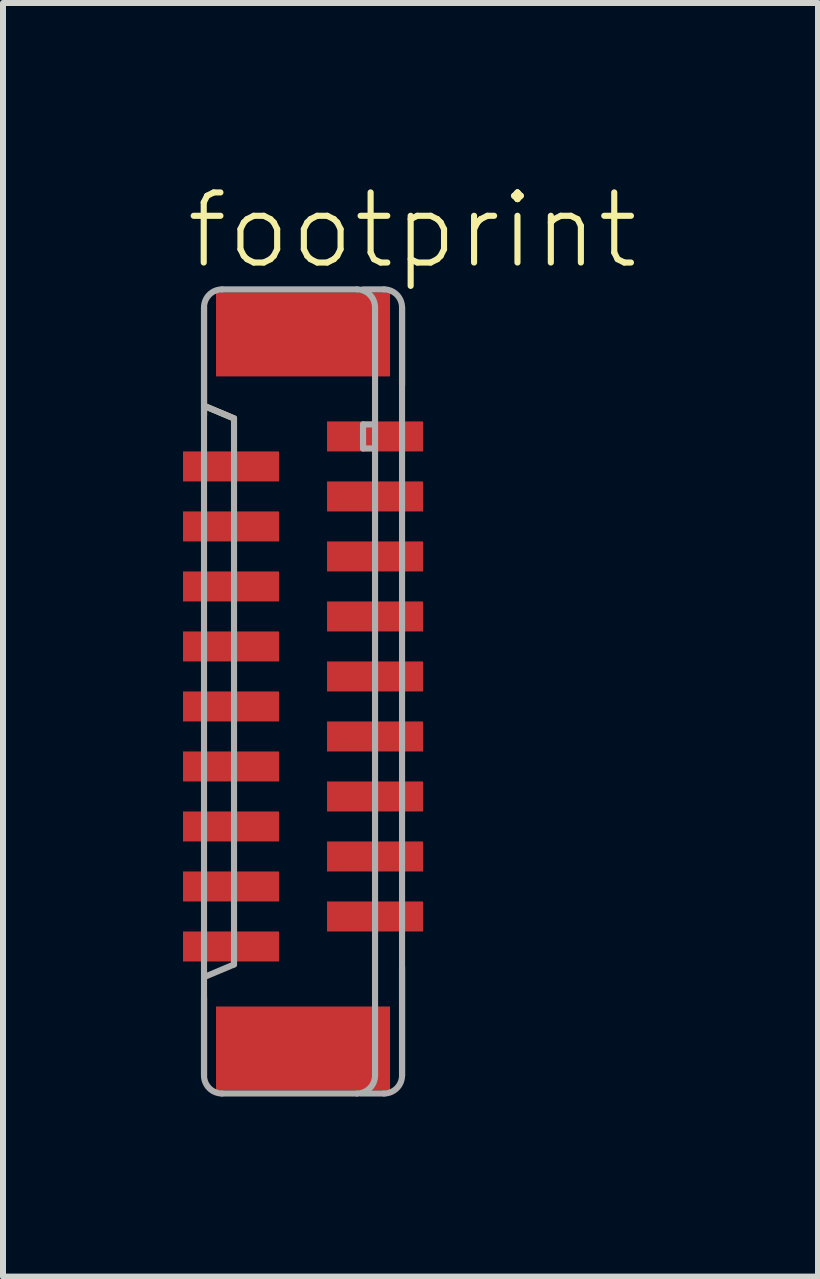
<source format=kicad_pcb>
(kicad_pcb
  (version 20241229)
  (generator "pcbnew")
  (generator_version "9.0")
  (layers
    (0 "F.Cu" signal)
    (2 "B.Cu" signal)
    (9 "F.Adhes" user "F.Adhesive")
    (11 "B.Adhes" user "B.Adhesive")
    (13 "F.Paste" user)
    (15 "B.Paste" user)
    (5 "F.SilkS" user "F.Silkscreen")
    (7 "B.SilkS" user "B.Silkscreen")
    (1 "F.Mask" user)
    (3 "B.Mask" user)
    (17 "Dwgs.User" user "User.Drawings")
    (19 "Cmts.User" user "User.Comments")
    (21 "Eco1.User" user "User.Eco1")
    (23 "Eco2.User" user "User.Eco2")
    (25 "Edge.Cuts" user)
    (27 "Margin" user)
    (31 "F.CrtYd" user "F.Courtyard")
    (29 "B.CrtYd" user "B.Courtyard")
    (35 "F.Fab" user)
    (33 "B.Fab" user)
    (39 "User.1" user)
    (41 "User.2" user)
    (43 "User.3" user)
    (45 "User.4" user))
  (footprint "footprint"
    (layer "F.Cu")
    (at 2 8.473)
    (property "Reference" "footprint" (at -2 -7 0) (layer "F.SilkS") (effects (font (size 1.168 1.168) (thickness 0.102)) (justify left bottom)))
    (fp_line (start -1.65 -6.4) (end -1.65 -4.6) (stroke (width 0.102) (type solid)) (layer "F.SilkS"))
    (fp_line (start -1.65 5.1) (end -1.65 6.4) (stroke (width 0.102) (type solid)) (layer "F.SilkS"))
    (fp_line (start -1.625 -4.75) (end -1.15 -4.55) (stroke (width 0.102) (type solid)) (layer "F.SilkS"))
    (fp_line (start 1.65 -5.1) (end 1.65 -6.4) (stroke (width 0.102) (type solid)) (layer "F.SilkS"))
    (fp_line (start 1.65 6.4) (end 1.65 4.6) (stroke (width 0.102) (type solid)) (layer "F.SilkS"))
    (fp_line (start -1.65 -6.4) (end -1.65 6.4) (stroke (width 0.102) (type solid)) (layer "F.Fab"))
    (fp_line (start -1.625 -4.75) (end -1.15 -4.55) (stroke (width 0.102) (type solid)) (layer "F.Fab"))
    (fp_line (start -1.35 6.7) (end 0.9 6.7) (stroke (width 0.102) (type solid)) (layer "F.Fab"))
    (fp_line (start -1.15 -4.55) (end -1.15 4.55) (stroke (width 0.102) (type solid)) (layer "F.Fab"))
    (fp_line (start -1.15 4.55) (end -1.625 4.75) (stroke (width 0.102) (type solid)) (layer "F.Fab"))
    (fp_line (start 0.9 -6.7) (end -1.35 -6.7) (stroke (width 0.102) (type solid)) (layer "F.Fab"))
    (fp_line (start 0.975 6.7) (end 1.35 6.7) (stroke (width 0.102) (type solid)) (layer "F.Fab"))
    (fp_line (start 1 -6.7) (end 1.35 -6.7) (stroke (width 0.102) (type solid)) (layer "F.Fab"))
    (fp_line (start 1 -4.45) (end 1 -4.05) (stroke (width 0.102) (type solid)) (layer "F.Fab"))
    (fp_line (start 1 -4.05) (end 1.15 -4.05) (stroke (width 0.102) (type solid)) (layer "F.Fab"))
    (fp_line (start 1.15 -4.45) (end 1 -4.45) (stroke (width 0.102) (type solid)) (layer "F.Fab"))
    (fp_line (start 1.2 6.4) (end 1.2 -6.4) (stroke (width 0.102) (type solid)) (layer "F.Fab"))
    (fp_line (start 1.65 6.4) (end 1.65 -6.4) (stroke (width 0.102) (type solid)) (layer "F.Fab"))
    (fp_arc (start -1.65 -6.4) (mid -1.562132 -6.612132) (end -1.35 -6.7) (stroke (width 0.1016) (type solid)) (layer "F.Fab"))
    (fp_arc (start -1.35 6.7) (mid -1.562132 6.612132) (end -1.65 6.4) (stroke (width 0.1016) (type solid)) (layer "F.Fab"))
    (fp_arc (start 0.9 -6.7) (mid 1.112132 -6.612132) (end 1.2 -6.4) (stroke (width 0.1016) (type solid)) (layer "F.Fab"))
    (fp_arc (start 1.2 6.4) (mid 1.112132 6.612132) (end 0.9 6.7) (stroke (width 0.1016) (type solid)) (layer "F.Fab"))
    (fp_arc (start 1.35 -6.7) (mid 1.562132 -6.612132) (end 1.65 -6.4) (stroke (width 0.1016) (type solid)) (layer "F.Fab"))
    (fp_arc (start 1.65 6.4) (mid 1.562132 6.612132) (end 1.35 6.7) (stroke (width 0.1016) (type solid)) (layer "F.Fab"))
    (pad "1" smd rect (at 1.2 -4.25 270) (size 0.5 1.6) (layers "F.Cu" "F.Mask" "F.Paste"))
    (pad "2" smd rect (at -1.2 -3.75 90) (size 0.5 1.6) (layers "F.Cu" "F.Mask" "F.Paste"))
    (pad "3" smd rect (at 1.2 -3.25 270) (size 0.5 1.6) (layers "F.Cu" "F.Mask" "F.Paste"))
    (pad "4" smd rect (at -1.2 -2.75 90) (size 0.5 1.6) (layers "F.Cu" "F.Mask" "F.Paste"))
    (pad "5" smd rect (at 1.2 -2.25 270) (size 0.5 1.6) (layers "F.Cu" "F.Mask" "F.Paste"))
    (pad "6" smd rect (at -1.2 -1.75 90) (size 0.5 1.6) (layers "F.Cu" "F.Mask" "F.Paste"))
    (pad "7" smd rect (at 1.2 -1.25 270) (size 0.5 1.6) (layers "F.Cu" "F.Mask" "F.Paste"))
    (pad "8" smd rect (at -1.2 -0.75 90) (size 0.5 1.6) (layers "F.Cu" "F.Mask" "F.Paste"))
    (pad "9" smd rect (at 1.2 -0.25 270) (size 0.5 1.6) (layers "F.Cu" "F.Mask" "F.Paste"))
    (pad "10" smd rect (at -1.2 0.25 90) (size 0.5 1.6) (layers "F.Cu" "F.Mask" "F.Paste"))
    (pad "11" smd rect (at 1.2 0.75 270) (size 0.5 1.6) (layers "F.Cu" "F.Mask" "F.Paste"))
    (pad "12" smd rect (at -1.2 1.25 90) (size 0.5 1.6) (layers "F.Cu" "F.Mask" "F.Paste"))
    (pad "13" smd rect (at 1.2 1.75 270) (size 0.5 1.6) (layers "F.Cu" "F.Mask" "F.Paste"))
    (pad "14" smd rect (at -1.2 2.25 90) (size 0.5 1.6) (layers "F.Cu" "F.Mask" "F.Paste"))
    (pad "15" smd rect (at 1.2 2.75 270) (size 0.5 1.6) (layers "F.Cu" "F.Mask" "F.Paste"))
    (pad "16" smd rect (at -1.2 3.25 90) (size 0.5 1.6) (layers "F.Cu" "F.Mask" "F.Paste"))
    (pad "17" smd rect (at 1.2 3.75 270) (size 0.5 1.6) (layers "F.Cu" "F.Mask" "F.Paste"))
    (pad "18" smd rect (at -1.2 4.25 90) (size 0.5 1.6) (layers "F.Cu" "F.Mask" "F.Paste"))
    (pad "M1" smd rect (at 0 -5.95 270) (size 1.4 2.9) (layers "F.Cu" "F.Mask" "F.Paste"))
    (pad "M2" smd rect (at 0 5.95 270) (size 1.4 2.9) (layers "F.Cu" "F.Mask" "F.Paste")))
  (gr_rect
    (start -3 -3)
    (end 10.582 18.224)
    (stroke (width 0.1) (type default))
    (fill no)
    (layer "Edge.Cuts")))
</source>
